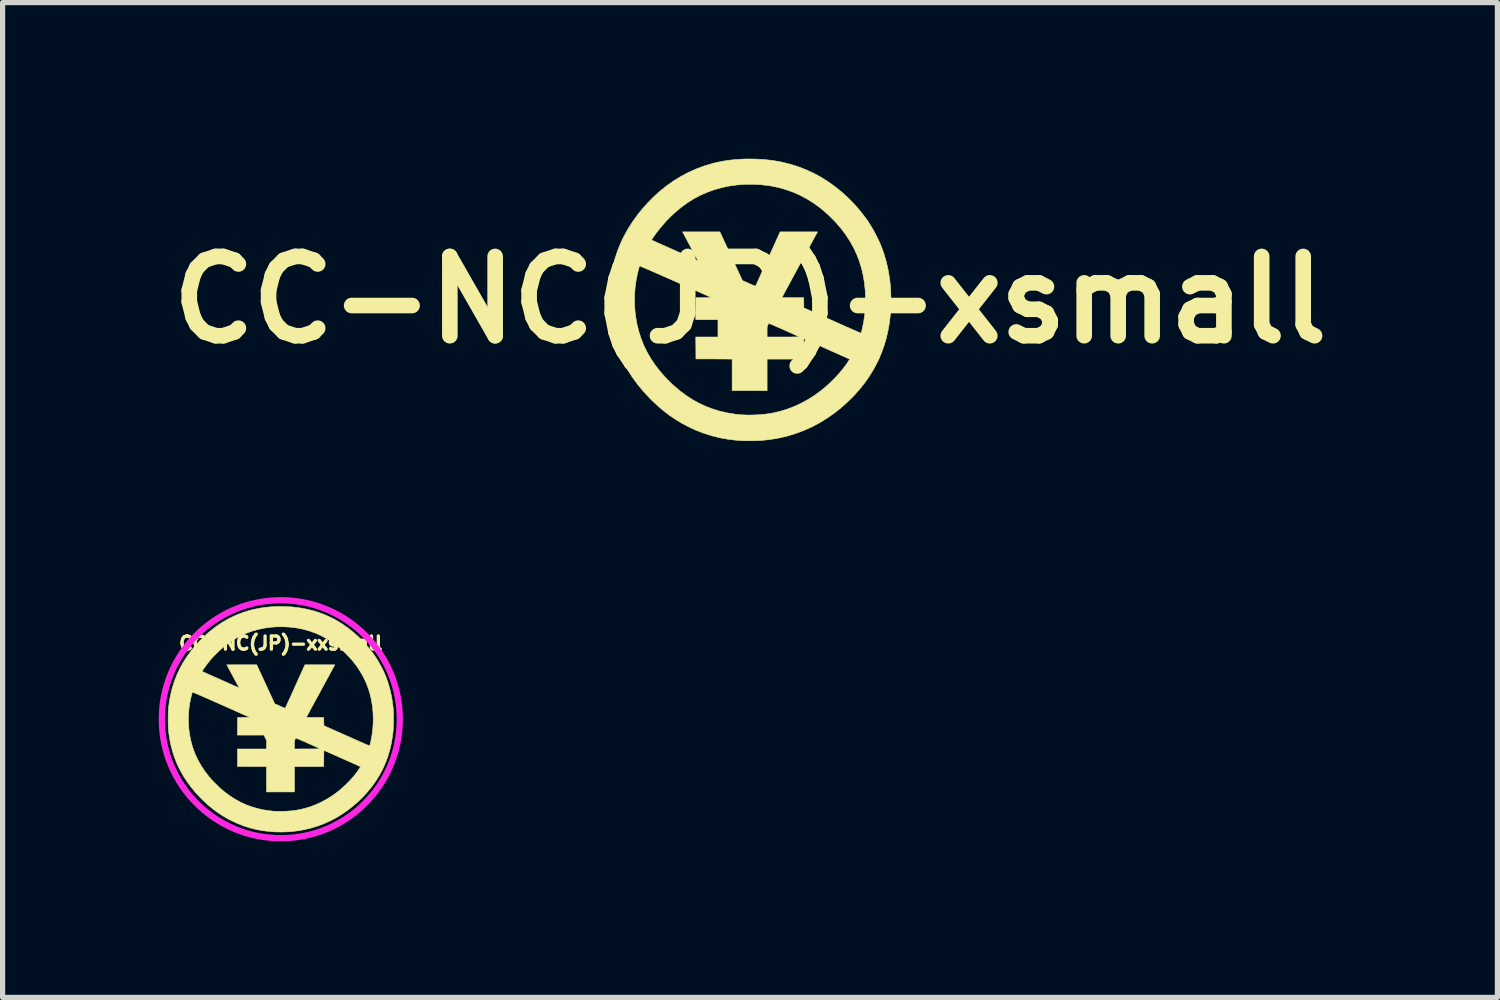
<source format=kicad_pcb>
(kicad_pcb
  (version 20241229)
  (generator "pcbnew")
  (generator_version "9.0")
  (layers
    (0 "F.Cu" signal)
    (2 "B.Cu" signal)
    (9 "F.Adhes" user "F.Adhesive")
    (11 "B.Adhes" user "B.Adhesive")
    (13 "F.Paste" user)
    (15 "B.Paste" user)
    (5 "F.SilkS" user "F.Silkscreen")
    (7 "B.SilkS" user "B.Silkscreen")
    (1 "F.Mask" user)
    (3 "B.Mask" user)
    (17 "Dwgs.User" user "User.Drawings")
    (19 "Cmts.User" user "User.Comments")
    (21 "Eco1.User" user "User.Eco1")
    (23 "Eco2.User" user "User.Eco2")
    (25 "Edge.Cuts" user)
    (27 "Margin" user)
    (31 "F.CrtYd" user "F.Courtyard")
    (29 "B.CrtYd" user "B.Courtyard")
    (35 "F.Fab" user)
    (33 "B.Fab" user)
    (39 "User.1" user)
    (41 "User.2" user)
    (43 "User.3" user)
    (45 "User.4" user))
  (footprint "CC-NC(JP)-xxsmall"
    (layer "F.Cu")
    (at 2.347 10.773)
    (property "Reference" "CC-NC(JP)-xxsmall" (at -0.000093 -1.46 0) (layer "F.SilkS") (effects (font (size 0.254 0.254) (thickness 0.064))))
    (attr through_hole)
    (fp_poly (pts (xy 0.091 -2.165) (xy 0.229 -2.157) (xy 0.363 -2.14) (xy 0.494 -2.117) (xy 0.622 -2.085) (xy 0.746 -2.046) (xy 0.867 -1.999) (xy 0.984 -1.944) (xy 1.079 -1.893) (xy 1.189 -1.825) (xy 1.295 -1.75) (xy 1.398 -1.668) (xy 1.497 -1.579) (xy 1.591 -1.484) (xy 1.68 -1.383) (xy 1.763 -1.278) (xy 1.808 -1.215) (xy 1.839 -1.169) (xy 1.87 -1.117) (xy 1.902 -1.061) (xy 1.933 -1.004) (xy 1.963 -0.946) (xy 1.989 -0.89) (xy 2.011 -0.839) (xy 2.017 -0.823) (xy 2.06 -0.706) (xy 2.095 -0.585) (xy 2.123 -0.462) (xy 2.145 -0.334) (xy 2.16 -0.21) (xy 2.162 -0.181) (xy 2.163 -0.146) (xy 2.165 -0.105) (xy 2.165 -0.06) (xy 2.165 -0.013) (xy 2.165 0.034) (xy 2.165 0.081) (xy 2.163 0.126) (xy 2.162 0.167) (xy 2.16 0.202) (xy 2.158 0.231) (xy 2.142 0.355) (xy 2.122 0.473) (xy 2.096 0.587) (xy 2.064 0.696) (xy 2.027 0.802) (xy 1.983 0.906) (xy 1.958 0.959) (xy 1.899 1.07) (xy 1.832 1.179) (xy 1.757 1.285) (xy 1.675 1.386) (xy 1.586 1.485) (xy 1.491 1.579) (xy 1.388 1.668) (xy 1.298 1.74) (xy 1.188 1.817) (xy 1.075 1.887) (xy 0.958 1.949) (xy 0.837 2.004) (xy 0.714 2.051) (xy 0.588 2.09) (xy 0.459 2.121) (xy 0.329 2.144) (xy 0.282 2.15) (xy 0.22 2.157) (xy 0.163 2.162) (xy 0.106 2.165) (xy 0.047 2.167) (xy -0.013 2.167) (xy -0.043 2.166) (xy -0.071 2.166) (xy -0.095 2.166) (xy -0.115 2.165) (xy -0.129 2.165) (xy -0.133 2.165) (xy -0.144 2.164) (xy -0.161 2.162) (xy -0.182 2.161) (xy -0.204 2.159) (xy -0.205 2.159) (xy -0.335 2.144) (xy -0.464 2.121) (xy -0.59 2.09) (xy -0.714 2.051) (xy -0.835 2.003) (xy -0.954 1.948) (xy -0.955 1.948) (xy -1.054 1.894) (xy -1.148 1.837) (xy -1.239 1.775) (xy -1.328 1.707) (xy -1.415 1.634) (xy -1.501 1.553) (xy -1.545 1.509) (xy -1.64 1.407) (xy -1.727 1.302) (xy -1.805 1.195) (xy -1.876 1.086) (xy -1.939 0.973) (xy -1.995 0.857) (xy -2.042 0.738) (xy -2.082 0.615) (xy -2.115 0.488) (xy -2.14 0.358) (xy -2.158 0.226) (xy -2.16 0.193) (xy -2.163 0.152) (xy -2.164 0.106) (xy -2.165 0.057) (xy -2.165 0.053) (xy -1.776 0.053) (xy -1.768 0.177) (xy -1.761 0.239) (xy -1.742 0.356) (xy -1.715 0.471) (xy -1.68 0.583) (xy -1.636 0.692) (xy -1.585 0.798) (xy -1.526 0.9) (xy -1.46 1) (xy -1.385 1.098) (xy -1.302 1.192) (xy -1.27 1.225) (xy -1.179 1.313) (xy -1.085 1.394) (xy -0.988 1.466) (xy -0.889 1.531) (xy -0.788 1.588) (xy -0.683 1.637) (xy -0.575 1.678) (xy -0.463 1.712) (xy -0.348 1.739) (xy -0.228 1.758) (xy -0.201 1.761) (xy -0.146 1.767) (xy -0.087 1.77) (xy -0.023 1.771) (xy 0.046 1.77) (xy 0.123 1.767) (xy 0.125 1.767) (xy 0.237 1.758) (xy 0.349 1.74) (xy 0.46 1.714) (xy 0.57 1.681) (xy 0.678 1.639) (xy 0.784 1.59) (xy 0.888 1.534) (xy 0.988 1.471) (xy 1.084 1.401) (xy 1.102 1.387) (xy 1.179 1.323) (xy 1.252 1.255) (xy 1.321 1.185) (xy 1.385 1.114) (xy 1.444 1.042) (xy 1.495 0.97) (xy 1.508 0.951) (xy 1.533 0.912) (xy 1.517 0.905) (xy 1.51 0.902) (xy 1.497 0.896) (xy 1.477 0.887) (xy 1.451 0.875) (xy 1.42 0.861) (xy 1.384 0.845) (xy 1.344 0.827) (xy 1.3 0.808) (xy 1.253 0.787) (xy 1.204 0.765) (xy 1.164 0.747) (xy 0.828 0.598) (xy 0.825 0.91) (xy 0.262 0.91) (xy 0.262 1.397) (xy -0.275 1.397) (xy -0.275 0.91) (xy -0.554 0.909) (xy -0.832 0.908) (xy -0.834 0.572) (xy -0.275 0.572) (xy -0.275 0.491) (xy 0.262 0.491) (xy 0.262 0.572) (xy 0.513 0.571) (xy 0.56 0.571) (xy 0.604 0.571) (xy 0.643 0.571) (xy 0.678 0.57) (xy 0.707 0.57) (xy 0.73 0.569) (xy 0.747 0.569) (xy 0.756 0.568) (xy 0.758 0.568) (xy 0.753 0.565) (xy 0.741 0.56) (xy 0.723 0.552) (xy 0.699 0.541) (xy 0.67 0.528) (xy 0.637 0.513) (xy 0.6 0.496) (xy 0.56 0.479) (xy 0.521 0.461) (xy 0.471 0.439) (xy 0.429 0.42) (xy 0.393 0.405) (xy 0.363 0.392) (xy 0.339 0.382) (xy 0.32 0.374) (xy 0.306 0.369) (xy 0.297 0.366) (xy 0.29 0.364) (xy 0.287 0.364) (xy 0.287 0.365) (xy 0.283 0.372) (xy 0.277 0.383) (xy 0.273 0.39) (xy 0.269 0.398) (xy 0.267 0.405) (xy 0.265 0.413) (xy 0.264 0.423) (xy 0.263 0.438) (xy 0.263 0.458) (xy 0.262 0.484) (xy 0.262 0.491) (xy -0.275 0.491) (xy -0.275 0.49) (xy -0.275 0.409) (xy -0.299 0.357) (xy -0.324 0.305) (xy -0.834 0.305) (xy -0.832 -0.032) (xy -0.714 -0.034) (xy -0.596 -0.036) (xy -1.145 -0.281) (xy -1.21 -0.309) (xy -1.272 -0.337) (xy -1.332 -0.363) (xy -1.389 -0.389) (xy -1.443 -0.412) (xy -1.492 -0.434) (xy -1.538 -0.454) (xy -1.578 -0.471) (xy -1.614 -0.487) (xy -1.644 -0.499) (xy -1.668 -0.51) (xy -1.685 -0.517) (xy -1.695 -0.521) (xy -1.698 -0.522) (xy -1.7 -0.517) (xy -1.704 -0.505) (xy -1.709 -0.487) (xy -1.715 -0.465) (xy -1.722 -0.44) (xy -1.723 -0.435) (xy -1.749 -0.315) (xy -1.766 -0.193) (xy -1.775 -0.071) (xy -1.776 0.053) (xy -2.165 0.053) (xy -2.166 0.006) (xy -2.165 -0.046) (xy -2.165 -0.096) (xy -2.163 -0.142) (xy -2.161 -0.184) (xy -2.158 -0.22) (xy -2.158 -0.226) (xy -2.139 -0.362) (xy -2.113 -0.494) (xy -2.08 -0.623) (xy -2.039 -0.747) (xy -1.991 -0.868) (xy -1.965 -0.921) (xy -1.511 -0.921) (xy -1.51 -0.918) (xy -1.506 -0.916) (xy -1.506 -0.916) (xy -1.501 -0.914) (xy -1.489 -0.908) (xy -1.471 -0.9) (xy -1.447 -0.889) (xy -1.418 -0.876) (xy -1.384 -0.861) (xy -1.347 -0.845) (xy -1.307 -0.827) (xy -1.265 -0.808) (xy -1.221 -0.789) (xy -1.176 -0.769) (xy -1.131 -0.748) (xy -1.087 -0.729) (xy -1.043 -0.709) (xy -1.002 -0.691) (xy -0.963 -0.673) (xy -0.927 -0.657) (xy -0.895 -0.643) (xy -0.867 -0.631) (xy -0.845 -0.621) (xy -0.828 -0.614) (xy -0.818 -0.609) (xy -0.818 -0.609) (xy -0.8 -0.601) (xy -0.805 -0.611) (xy -0.808 -0.616) (xy -0.814 -0.628) (xy -0.824 -0.647) (xy -0.837 -0.67) (xy -0.852 -0.698) (xy -0.869 -0.73) (xy -0.888 -0.765) (xy -0.908 -0.803) (xy -0.919 -0.823) (xy -0.939 -0.862) (xy -0.959 -0.898) (xy -0.977 -0.932) (xy -0.993 -0.962) (xy -1.007 -0.988) (xy -1.018 -1.01) (xy -1.027 -1.025) (xy -1.031 -1.034) (xy -1.032 -1.036) (xy -1.037 -1.046) (xy -0.463 -1.046) (xy -0.117 -0.297) (xy -0.017 -0.253) (xy 0.01 -0.241) (xy 0.034 -0.23) (xy 0.055 -0.222) (xy 0.071 -0.215) (xy 0.081 -0.212) (xy 0.085 -0.211) (xy 0.087 -0.215) (xy 0.092 -0.227) (xy 0.101 -0.245) (xy 0.112 -0.269) (xy 0.125 -0.299) (xy 0.141 -0.334) (xy 0.16 -0.374) (xy 0.18 -0.418) (xy 0.201 -0.466) (xy 0.224 -0.517) (xy 0.249 -0.571) (xy 0.274 -0.627) (xy 0.275 -0.63) (xy 0.463 -1.046) (xy 1.037 -1.046) (xy 1.032 -1.036) (xy 1.03 -1.031) (xy 1.023 -1.019) (xy 1.013 -1.001) (xy 1 -0.977) (xy 0.984 -0.946) (xy 0.965 -0.911) (xy 0.943 -0.871) (xy 0.919 -0.826) (xy 0.892 -0.778) (xy 0.864 -0.726) (xy 0.835 -0.671) (xy 0.803 -0.614) (xy 0.771 -0.554) (xy 0.759 -0.532) (xy 0.727 -0.472) (xy 0.695 -0.414) (xy 0.665 -0.359) (xy 0.637 -0.306) (xy 0.61 -0.257) (xy 0.585 -0.212) (xy 0.563 -0.171) (xy 0.544 -0.134) (xy 0.527 -0.103) (xy 0.513 -0.077) (xy 0.502 -0.057) (xy 0.495 -0.043) (xy 0.491 -0.037) (xy 0.491 -0.036) (xy 0.495 -0.036) (xy 0.507 -0.035) (xy 0.525 -0.035) (xy 0.549 -0.034) (xy 0.578 -0.034) (xy 0.611 -0.034) (xy 0.647 -0.034) (xy 0.658 -0.034) (xy 0.825 -0.034) (xy 0.828 0.124) (xy 1.264 0.318) (xy 1.321 0.343) (xy 1.376 0.368) (xy 1.429 0.391) (xy 1.479 0.413) (xy 1.525 0.434) (xy 1.567 0.452) (xy 1.604 0.469) (xy 1.636 0.483) (xy 1.663 0.494) (xy 1.683 0.503) (xy 1.697 0.509) (xy 1.704 0.512) (xy 1.704 0.512) (xy 1.707 0.508) (xy 1.711 0.498) (xy 1.716 0.482) (xy 1.721 0.462) (xy 1.722 0.458) (xy 1.747 0.341) (xy 1.764 0.221) (xy 1.774 0.1) (xy 1.776 -0.022) (xy 1.771 -0.144) (xy 1.759 -0.264) (xy 1.738 -0.383) (xy 1.717 -0.476) (xy 1.683 -0.587) (xy 1.642 -0.696) (xy 1.592 -0.801) (xy 1.535 -0.904) (xy 1.47 -1.004) (xy 1.398 -1.1) (xy 1.317 -1.193) (xy 1.23 -1.283) (xy 1.168 -1.339) (xy 1.073 -1.418) (xy 0.975 -1.489) (xy 0.874 -1.553) (xy 0.77 -1.608) (xy 0.662 -1.656) (xy 0.552 -1.695) (xy 0.439 -1.727) (xy 0.322 -1.751) (xy 0.286 -1.757) (xy 0.162 -1.771) (xy 0.039 -1.777) (xy -0.083 -1.776) (xy -0.203 -1.767) (xy -0.321 -1.75) (xy -0.436 -1.725) (xy -0.549 -1.694) (xy -0.658 -1.654) (xy -0.764 -1.608) (xy -0.866 -1.554) (xy -0.872 -1.55) (xy -0.96 -1.495) (xy -1.048 -1.431) (xy -1.133 -1.361) (xy -1.216 -1.285) (xy -1.296 -1.204) (xy -1.371 -1.118) (xy -1.44 -1.029) (xy -1.485 -0.965) (xy -1.498 -0.947) (xy -1.506 -0.934) (xy -1.51 -0.926) (xy -1.511 -0.921) (xy -1.965 -0.921) (xy -1.935 -0.986) (xy -1.871 -1.1) (xy -1.799 -1.212) (xy -1.719 -1.321) (xy -1.669 -1.383) (xy -1.577 -1.487) (xy -1.48 -1.585) (xy -1.38 -1.675) (xy -1.276 -1.758) (xy -1.168 -1.834) (xy -1.057 -1.902) (xy -0.942 -1.962) (xy -0.824 -2.015) (xy -0.702 -2.06) (xy -0.578 -2.097) (xy -0.576 -2.097) (xy -0.487 -2.118) (xy -0.4 -2.135) (xy -0.311 -2.148) (xy -0.22 -2.158) (xy -0.123 -2.164) (xy -0.051 -2.166) (xy 0.091 -2.165)) (stroke (width 0.01) (type solid)) (fill yes) (layer "F.SilkS"))
    (fp_circle (center 0 0) (end 2.287 0) (stroke (width 0.12) (type solid)) (fill no) (layer "F.CrtYd")))
  (footprint "CC-NC(JP)-xsmall"
    (layer "F.Cu")
    (at 11.365 2.713)
    (property "Reference" "CC-NC(JP)-xsmall" (at 0 0 0) (layer "F.SilkS") (effects (font (size 1.524 1.524) (thickness 0.3))))
    (attr through_hole)
    (fp_poly (pts (xy 0.113 -2.706) (xy 0.286 -2.696) (xy 0.454 -2.676) (xy 0.618 -2.646) (xy 0.777 -2.606) (xy 0.932 -2.557) (xy 1.083 -2.498) (xy 1.23 -2.43) (xy 1.349 -2.366) (xy 1.486 -2.281) (xy 1.619 -2.187) (xy 1.748 -2.084) (xy 1.872 -1.973) (xy 1.989 -1.855) (xy 2.1 -1.729) (xy 2.204 -1.597) (xy 2.261 -1.519) (xy 2.298 -1.461) (xy 2.338 -1.396) (xy 2.378 -1.327) (xy 2.417 -1.255) (xy 2.453 -1.182) (xy 2.486 -1.113) (xy 2.514 -1.048) (xy 2.522 -1.029) (xy 2.575 -0.882) (xy 2.619 -0.732) (xy 2.654 -0.577) (xy 2.681 -0.417) (xy 2.7 -0.262) (xy 2.702 -0.226) (xy 2.704 -0.182) (xy 2.706 -0.131) (xy 2.707 -0.075) (xy 2.707 -0.017) (xy 2.707 0.043) (xy 2.706 0.102) (xy 2.704 0.158) (xy 2.702 0.209) (xy 2.7 0.253) (xy 2.697 0.288) (xy 2.678 0.444) (xy 2.652 0.592) (xy 2.62 0.733) (xy 2.58 0.87) (xy 2.533 1.002) (xy 2.479 1.133) (xy 2.447 1.199) (xy 2.373 1.338) (xy 2.29 1.474) (xy 2.197 1.606) (xy 2.094 1.733) (xy 1.983 1.856) (xy 1.863 1.973) (xy 1.735 2.086) (xy 1.622 2.175) (xy 1.485 2.271) (xy 1.343 2.359) (xy 1.197 2.437) (xy 1.046 2.505) (xy 0.892 2.564) (xy 0.735 2.613) (xy 0.574 2.652) (xy 0.411 2.68) (xy 0.353 2.688) (xy 0.275 2.696) (xy 0.203 2.703) (xy 0.132 2.706) (xy 0.058 2.708) (xy -0.017 2.708) (xy -0.054 2.708) (xy -0.089 2.708) (xy -0.119 2.707) (xy -0.144 2.707) (xy -0.161 2.706) (xy -0.167 2.706) (xy -0.18 2.705) (xy -0.201 2.703) (xy -0.227 2.701) (xy -0.257 2.699) (xy -0.419 2.68) (xy -0.579 2.651) (xy -0.737 2.612) (xy -0.892 2.563) (xy -1.044 2.504) (xy -1.192 2.435) (xy -1.193 2.434) (xy -1.317 2.368) (xy -1.435 2.296) (xy -1.549 2.219) (xy -1.66 2.134) (xy -1.768 2.042) (xy -1.877 1.941) (xy -1.932 1.886) (xy -2.05 1.758) (xy -2.158 1.628) (xy -2.257 1.494) (xy -2.345 1.357) (xy -2.424 1.216) (xy -2.493 1.071) (xy -2.553 0.922) (xy -2.603 0.769) (xy -2.644 0.611) (xy -2.675 0.448) (xy -2.697 0.283) (xy -2.701 0.241) (xy -2.703 0.19) (xy -2.705 0.132) (xy -2.707 0.071) (xy -2.707 0.066) (xy -2.22 0.066) (xy -2.21 0.221) (xy -2.201 0.299) (xy -2.177 0.446) (xy -2.143 0.589) (xy -2.099 0.729) (xy -2.046 0.865) (xy -1.982 0.997) (xy -1.908 1.126) (xy -1.824 1.251) (xy -1.731 1.372) (xy -1.627 1.49) (xy -1.588 1.531) (xy -1.473 1.642) (xy -1.356 1.742) (xy -1.235 1.833) (xy -1.112 1.914) (xy -0.985 1.984) (xy -0.854 2.046) (xy -0.718 2.097) (xy -0.579 2.14) (xy -0.434 2.173) (xy -0.285 2.197) (xy -0.251 2.202) (xy -0.182 2.208) (xy -0.108 2.212) (xy -0.029 2.214) (xy 0.058 2.213) (xy 0.153 2.209) (xy 0.156 2.209) (xy 0.296 2.197) (xy 0.436 2.175) (xy 0.575 2.143) (xy 0.713 2.101) (xy 0.848 2.049) (xy 0.981 1.988) (xy 1.11 1.918) (xy 1.235 1.839) (xy 1.355 1.751) (xy 1.378 1.734) (xy 1.473 1.654) (xy 1.565 1.569) (xy 1.651 1.481) (xy 1.732 1.392) (xy 1.804 1.302) (xy 1.869 1.213) (xy 1.884 1.189) (xy 1.916 1.14) (xy 1.896 1.131) (xy 1.888 1.127) (xy 1.871 1.12) (xy 1.846 1.109) (xy 1.814 1.094) (xy 1.775 1.077) (xy 1.73 1.057) (xy 1.68 1.034) (xy 1.625 1.01) (xy 1.566 0.984) (xy 1.505 0.956) (xy 1.455 0.934) (xy 1.035 0.747) (xy 1.033 0.942) (xy 1.032 1.138) (xy 0.328 1.138) (xy 0.328 1.746) (xy -0.344 1.746) (xy -0.344 1.138) (xy -0.692 1.136) (xy -1.04 1.135) (xy -1.041 0.925) (xy -1.043 0.714) (xy -0.344 0.714) (xy -0.344 0.614) (xy 0.328 0.614) (xy 0.328 0.714) (xy 0.642 0.714) (xy 0.7 0.714) (xy 0.755 0.714) (xy 0.804 0.713) (xy 0.847 0.713) (xy 0.884 0.712) (xy 0.913 0.712) (xy 0.934 0.711) (xy 0.945 0.71) (xy 0.947 0.709) (xy 0.941 0.707) (xy 0.926 0.7) (xy 0.903 0.689) (xy 0.873 0.676) (xy 0.837 0.66) (xy 0.796 0.641) (xy 0.75 0.621) (xy 0.7 0.598) (xy 0.652 0.577) (xy 0.589 0.549) (xy 0.536 0.526) (xy 0.491 0.506) (xy 0.454 0.49) (xy 0.424 0.477) (xy 0.401 0.468) (xy 0.383 0.461) (xy 0.371 0.457) (xy 0.363 0.455) (xy 0.359 0.455) (xy 0.359 0.456) (xy 0.354 0.464) (xy 0.346 0.479) (xy 0.341 0.488) (xy 0.337 0.497) (xy 0.333 0.506) (xy 0.331 0.516) (xy 0.329 0.529) (xy 0.329 0.547) (xy 0.328 0.572) (xy 0.328 0.605) (xy 0.328 0.614) (xy -0.344 0.614) (xy -0.344 0.613) (xy -0.344 0.511) (xy -0.374 0.446) (xy -0.405 0.381) (xy -0.724 0.381) (xy -1.043 0.381) (xy -1.041 0.171) (xy -1.04 -0.04) (xy -0.892 -0.042) (xy -0.744 -0.045) (xy -1.431 -0.351) (xy -1.512 -0.387) (xy -1.59 -0.421) (xy -1.665 -0.454) (xy -1.736 -0.486) (xy -1.803 -0.515) (xy -1.865 -0.542) (xy -1.922 -0.567) (xy -1.973 -0.589) (xy -2.017 -0.608) (xy -2.055 -0.624) (xy -2.084 -0.637) (xy -2.106 -0.646) (xy -2.119 -0.651) (xy -2.123 -0.652) (xy -2.126 -0.646) (xy -2.13 -0.631) (xy -2.136 -0.609) (xy -2.144 -0.581) (xy -2.152 -0.55) (xy -2.154 -0.543) (xy -2.186 -0.393) (xy -2.208 -0.242) (xy -2.219 -0.089) (xy -2.22 0.066) (xy -2.707 0.066) (xy -2.707 0.007) (xy -2.707 -0.057) (xy -2.706 -0.119) (xy -2.704 -0.178) (xy -2.701 -0.23) (xy -2.698 -0.275) (xy -2.697 -0.283) (xy -2.674 -0.453) (xy -2.642 -0.618) (xy -2.6 -0.778) (xy -2.549 -0.934) (xy -2.489 -1.085) (xy -2.457 -1.152) (xy -1.889 -1.152) (xy -1.887 -1.148) (xy -1.883 -1.145) (xy -1.882 -1.145) (xy -1.876 -1.142) (xy -1.861 -1.135) (xy -1.838 -1.125) (xy -1.808 -1.112) (xy -1.772 -1.095) (xy -1.73 -1.077) (xy -1.684 -1.056) (xy -1.634 -1.034) (xy -1.581 -1.01) (xy -1.526 -0.986) (xy -1.47 -0.961) (xy -1.414 -0.936) (xy -1.359 -0.911) (xy -1.304 -0.887) (xy -1.252 -0.863) (xy -1.203 -0.842) (xy -1.158 -0.822) (xy -1.118 -0.804) (xy -1.084 -0.789) (xy -1.056 -0.776) (xy -1.035 -0.767) (xy -1.023 -0.762) (xy -1.023 -0.761) (xy -1 -0.752) (xy -1.006 -0.763) (xy -1.01 -0.77) (xy -1.018 -0.785) (xy -1.03 -0.808) (xy -1.046 -0.838) (xy -1.065 -0.873) (xy -1.086 -0.913) (xy -1.109 -0.957) (xy -1.135 -1.003) (xy -1.148 -1.029) (xy -1.174 -1.077) (xy -1.199 -1.123) (xy -1.221 -1.165) (xy -1.241 -1.203) (xy -1.259 -1.236) (xy -1.273 -1.262) (xy -1.283 -1.281) (xy -1.289 -1.293) (xy -1.291 -1.295) (xy -1.297 -1.307) (xy -0.579 -1.307) (xy -0.362 -0.839) (xy -0.146 -0.371) (xy -0.021 -0.316) (xy 0.012 -0.301) (xy 0.043 -0.288) (xy 0.069 -0.277) (xy 0.089 -0.269) (xy 0.102 -0.265) (xy 0.106 -0.264) (xy 0.109 -0.269) (xy 0.115 -0.283) (xy 0.126 -0.306) (xy 0.14 -0.336) (xy 0.157 -0.374) (xy 0.177 -0.418) (xy 0.199 -0.468) (xy 0.224 -0.523) (xy 0.252 -0.583) (xy 0.28 -0.646) (xy 0.311 -0.714) (xy 0.342 -0.783) (xy 0.344 -0.787) (xy 0.578 -1.307) (xy 1.297 -1.307) (xy 1.291 -1.295) (xy 1.287 -1.289) (xy 1.279 -1.274) (xy 1.267 -1.251) (xy 1.25 -1.221) (xy 1.23 -1.183) (xy 1.206 -1.139) (xy 1.179 -1.089) (xy 1.148 -1.033) (xy 1.116 -0.973) (xy 1.08 -0.908) (xy 1.043 -0.839) (xy 1.004 -0.767) (xy 0.964 -0.693) (xy 0.949 -0.666) (xy 0.908 -0.591) (xy 0.869 -0.518) (xy 0.831 -0.449) (xy 0.796 -0.383) (xy 0.763 -0.322) (xy 0.732 -0.265) (xy 0.704 -0.213) (xy 0.679 -0.168) (xy 0.658 -0.128) (xy 0.641 -0.096) (xy 0.628 -0.071) (xy 0.619 -0.054) (xy 0.614 -0.046) (xy 0.614 -0.045) (xy 0.619 -0.045) (xy 0.633 -0.044) (xy 0.656 -0.043) (xy 0.686 -0.043) (xy 0.723 -0.043) (xy 0.764 -0.042) (xy 0.809 -0.042) (xy 0.823 -0.042) (xy 1.032 -0.042) (xy 1.035 0.154) (xy 1.58 0.397) (xy 1.651 0.429) (xy 1.721 0.46) (xy 1.786 0.489) (xy 1.848 0.517) (xy 1.906 0.542) (xy 1.958 0.565) (xy 2.005 0.586) (xy 2.045 0.603) (xy 2.078 0.618) (xy 2.104 0.629) (xy 2.121 0.636) (xy 2.13 0.64) (xy 2.13 0.64) (xy 2.134 0.635) (xy 2.139 0.622) (xy 2.145 0.602) (xy 2.152 0.578) (xy 2.153 0.573) (xy 2.184 0.426) (xy 2.205 0.277) (xy 2.217 0.125) (xy 2.22 -0.028) (xy 2.214 -0.18) (xy 2.198 -0.331) (xy 2.173 -0.478) (xy 2.146 -0.595) (xy 2.104 -0.734) (xy 2.052 -0.87) (xy 1.991 -1.002) (xy 1.919 -1.13) (xy 1.838 -1.255) (xy 1.747 -1.375) (xy 1.647 -1.491) (xy 1.537 -1.603) (xy 1.46 -1.674) (xy 1.342 -1.773) (xy 1.219 -1.862) (xy 1.093 -1.941) (xy 0.962 -2.01) (xy 0.828 -2.07) (xy 0.69 -2.119) (xy 0.548 -2.159) (xy 0.403 -2.189) (xy 0.357 -2.196) (xy 0.203 -2.214) (xy 0.049 -2.221) (xy -0.103 -2.22) (xy -0.253 -2.208) (xy -0.401 -2.187) (xy -0.545 -2.157) (xy -0.686 -2.117) (xy -0.823 -2.068) (xy -0.955 -2.01) (xy -1.083 -1.942) (xy -1.09 -1.938) (xy -1.201 -1.868) (xy -1.31 -1.789) (xy -1.417 -1.701) (xy -1.521 -1.606) (xy -1.62 -1.505) (xy -1.713 -1.397) (xy -1.801 -1.286) (xy -1.857 -1.207) (xy -1.872 -1.184) (xy -1.882 -1.168) (xy -1.888 -1.158) (xy -1.889 -1.152) (xy -2.457 -1.152) (xy -2.418 -1.232) (xy -2.338 -1.375) (xy -2.248 -1.515) (xy -2.149 -1.651) (xy -2.086 -1.728) (xy -1.971 -1.859) (xy -1.851 -1.981) (xy -1.725 -2.094) (xy -1.595 -2.198) (xy -1.46 -2.292) (xy -1.321 -2.377) (xy -1.177 -2.453) (xy -1.03 -2.518) (xy -0.878 -2.574) (xy -0.722 -2.621) (xy -0.719 -2.622) (xy -0.609 -2.648) (xy -0.5 -2.669) (xy -0.389 -2.685) (xy -0.275 -2.697) (xy -0.154 -2.705) (xy -0.064 -2.708) (xy 0.113 -2.706)) (stroke (width 0.01) (type solid)) (fill yes) (layer "F.SilkS")))
  (gr_rect
    (start -3 -3)
    (end 25.729 16.12)
    (stroke (width 0.1) (type default))
    (fill no)
    (layer "Edge.Cuts")))
</source>
